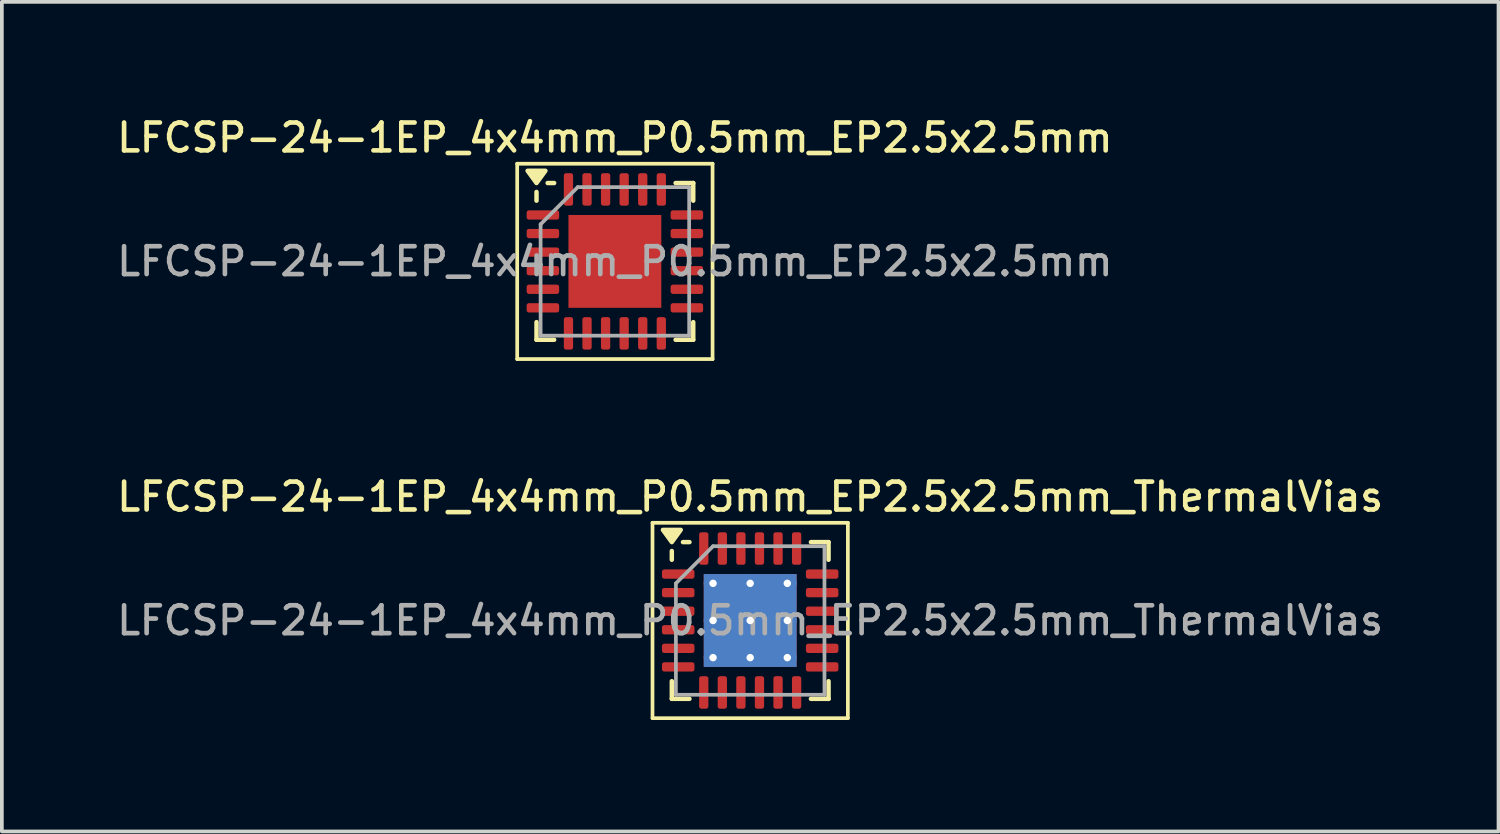
<source format=kicad_pcb>
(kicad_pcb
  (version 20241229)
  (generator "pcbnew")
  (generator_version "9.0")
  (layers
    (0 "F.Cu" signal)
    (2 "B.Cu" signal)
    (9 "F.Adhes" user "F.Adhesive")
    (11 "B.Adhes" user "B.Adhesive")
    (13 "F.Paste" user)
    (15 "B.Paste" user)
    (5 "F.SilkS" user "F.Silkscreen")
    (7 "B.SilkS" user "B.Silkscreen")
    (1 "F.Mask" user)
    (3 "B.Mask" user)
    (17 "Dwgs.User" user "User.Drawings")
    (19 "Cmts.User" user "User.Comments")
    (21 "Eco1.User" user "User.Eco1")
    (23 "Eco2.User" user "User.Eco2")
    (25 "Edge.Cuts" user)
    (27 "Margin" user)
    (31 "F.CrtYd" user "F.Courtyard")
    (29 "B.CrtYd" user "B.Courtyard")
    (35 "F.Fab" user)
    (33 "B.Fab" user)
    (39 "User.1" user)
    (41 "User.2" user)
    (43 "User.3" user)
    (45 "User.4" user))
  (footprint "LFCSP-24-1EP_4x4mm_P0.5mm_EP2.5x2.5mm"
    (layer "F.Cu")
    (at 13.505 3.988)
    (property "Reference" "LFCSP-24-1EP_4x4mm_P0.5mm_EP2.5x2.5mm" (at 0 -3.33 0) (layer "F.SilkS") (effects (font (size 0.75 0.75) (thickness 0.125))))
    (attr smd)
    (fp_line (start -2.63 -2.63) (end -2.63 2.63) (stroke (width 0.1) (type solid)) (layer "F.SilkS"))
    (fp_line (start -2.63 2.63) (end 2.63 2.63) (stroke (width 0.1) (type solid)) (layer "F.SilkS"))
    (fp_line (start -2.11 -1.635) (end -2.11 -1.87) (stroke (width 0.12) (type solid)) (layer "F.SilkS"))
    (fp_line (start -2.11 2.11) (end -2.11 1.635) (stroke (width 0.12) (type solid)) (layer "F.SilkS"))
    (fp_line (start -1.635 -2.11) (end -1.81 -2.11) (stroke (width 0.12) (type solid)) (layer "F.SilkS"))
    (fp_line (start -1.635 2.11) (end -2.11 2.11) (stroke (width 0.12) (type solid)) (layer "F.SilkS"))
    (fp_line (start 1.635 -2.11) (end 2.11 -2.11) (stroke (width 0.12) (type solid)) (layer "F.SilkS"))
    (fp_line (start 1.635 2.11) (end 2.11 2.11) (stroke (width 0.12) (type solid)) (layer "F.SilkS"))
    (fp_line (start 2.11 -2.11) (end 2.11 -1.635) (stroke (width 0.12) (type solid)) (layer "F.SilkS"))
    (fp_line (start 2.11 2.11) (end 2.11 1.635) (stroke (width 0.12) (type solid)) (layer "F.SilkS"))
    (fp_line (start 2.63 -2.63) (end -2.63 -2.63) (stroke (width 0.1) (type solid)) (layer "F.SilkS"))
    (fp_line (start 2.63 2.63) (end 2.63 -2.63) (stroke (width 0.1) (type solid)) (layer "F.SilkS"))
    (fp_poly (pts (xy -2.11 -2.11) (xy -2.35 -2.44) (xy -1.87 -2.44) (xy -2.11 -2.11)) (stroke (width 0.12) (type solid)) (fill yes) (layer "F.SilkS"))
    (fp_line (start -2 -1) (end -1 -2) (stroke (width 0.1) (type solid)) (layer "F.Fab"))
    (fp_line (start -2 2) (end -2 -1) (stroke (width 0.1) (type solid)) (layer "F.Fab"))
    (fp_line (start -1 -2) (end 2 -2) (stroke (width 0.1) (type solid)) (layer "F.Fab"))
    (fp_line (start 2 -2) (end 2 2) (stroke (width 0.1) (type solid)) (layer "F.Fab"))
    (fp_line (start 2 2) (end -2 2) (stroke (width 0.1) (type solid)) (layer "F.Fab"))
    (fp_text user "${REFERENCE}" (at 0 0 0) (layer "F.Fab") (effects (font (size 0.75 0.75) (thickness 0.125))))
    (pad "" smd roundrect (at -0.625 -0.625) (size 1.01 1.01) (layers "F.Paste") (roundrect_rratio 0.248))
    (pad "" smd roundrect (at -0.625 0.625) (size 1.01 1.01) (layers "F.Paste") (roundrect_rratio 0.248))
    (pad "" smd roundrect (at 0.625 -0.625) (size 1.01 1.01) (layers "F.Paste") (roundrect_rratio 0.248))
    (pad "" smd roundrect (at 0.625 0.625) (size 1.01 1.01) (layers "F.Paste") (roundrect_rratio 0.248))
    (pad "1" smd roundrect (at -1.938 -1.25) (size 0.875 0.25) (layers "F.Cu" "F.Mask" "F.Paste") (roundrect_rratio 0.25))
    (pad "2" smd roundrect (at -1.938 -0.75) (size 0.875 0.25) (layers "F.Cu" "F.Mask" "F.Paste") (roundrect_rratio 0.25))
    (pad "3" smd roundrect (at -1.938 -0.25) (size 0.875 0.25) (layers "F.Cu" "F.Mask" "F.Paste") (roundrect_rratio 0.25))
    (pad "4" smd roundrect (at -1.938 0.25) (size 0.875 0.25) (layers "F.Cu" "F.Mask" "F.Paste") (roundrect_rratio 0.25))
    (pad "5" smd roundrect (at -1.938 0.75) (size 0.875 0.25) (layers "F.Cu" "F.Mask" "F.Paste") (roundrect_rratio 0.25))
    (pad "6" smd roundrect (at -1.938 1.25) (size 0.875 0.25) (layers "F.Cu" "F.Mask" "F.Paste") (roundrect_rratio 0.25))
    (pad "7" smd roundrect (at -1.25 1.938) (size 0.25 0.875) (layers "F.Cu" "F.Mask" "F.Paste") (roundrect_rratio 0.25))
    (pad "8" smd roundrect (at -0.75 1.938) (size 0.25 0.875) (layers "F.Cu" "F.Mask" "F.Paste") (roundrect_rratio 0.25))
    (pad "9" smd roundrect (at -0.25 1.938) (size 0.25 0.875) (layers "F.Cu" "F.Mask" "F.Paste") (roundrect_rratio 0.25))
    (pad "10" smd roundrect (at 0.25 1.938) (size 0.25 0.875) (layers "F.Cu" "F.Mask" "F.Paste") (roundrect_rratio 0.25))
    (pad "11" smd roundrect (at 0.75 1.938) (size 0.25 0.875) (layers "F.Cu" "F.Mask" "F.Paste") (roundrect_rratio 0.25))
    (pad "12" smd roundrect (at 1.25 1.938) (size 0.25 0.875) (layers "F.Cu" "F.Mask" "F.Paste") (roundrect_rratio 0.25))
    (pad "13" smd roundrect (at 1.938 1.25) (size 0.875 0.25) (layers "F.Cu" "F.Mask" "F.Paste") (roundrect_rratio 0.25))
    (pad "14" smd roundrect (at 1.938 0.75) (size 0.875 0.25) (layers "F.Cu" "F.Mask" "F.Paste") (roundrect_rratio 0.25))
    (pad "15" smd roundrect (at 1.938 0.25) (size 0.875 0.25) (layers "F.Cu" "F.Mask" "F.Paste") (roundrect_rratio 0.25))
    (pad "16" smd roundrect (at 1.938 -0.25) (size 0.875 0.25) (layers "F.Cu" "F.Mask" "F.Paste") (roundrect_rratio 0.25))
    (pad "17" smd roundrect (at 1.938 -0.75) (size 0.875 0.25) (layers "F.Cu" "F.Mask" "F.Paste") (roundrect_rratio 0.25))
    (pad "18" smd roundrect (at 1.938 -1.25) (size 0.875 0.25) (layers "F.Cu" "F.Mask" "F.Paste") (roundrect_rratio 0.25))
    (pad "19" smd roundrect (at 1.25 -1.938) (size 0.25 0.875) (layers "F.Cu" "F.Mask" "F.Paste") (roundrect_rratio 0.25))
    (pad "20" smd roundrect (at 0.75 -1.938) (size 0.25 0.875) (layers "F.Cu" "F.Mask" "F.Paste") (roundrect_rratio 0.25))
    (pad "21" smd roundrect (at 0.25 -1.938) (size 0.25 0.875) (layers "F.Cu" "F.Mask" "F.Paste") (roundrect_rratio 0.25))
    (pad "22" smd roundrect (at -0.25 -1.938) (size 0.25 0.875) (layers "F.Cu" "F.Mask" "F.Paste") (roundrect_rratio 0.25))
    (pad "23" smd roundrect (at -0.75 -1.938) (size 0.25 0.875) (layers "F.Cu" "F.Mask" "F.Paste") (roundrect_rratio 0.25))
    (pad "24" smd roundrect (at -1.25 -1.938) (size 0.25 0.875) (layers "F.Cu" "F.Mask" "F.Paste") (roundrect_rratio 0.25))
    (pad "25" smd rect (at 0 0) (size 2.5 2.5) (property pad_prop_heatsink) (layers "F.Cu" "F.Mask")))
  (footprint "LFCSP-24-1EP_4x4mm_P0.5mm_EP2.5x2.5mm_ThermalVias"
    (layer "F.Cu")
    (at 17.148 13.656)
    (property "Reference" "LFCSP-24-1EP_4x4mm_P0.5mm_EP2.5x2.5mm_ThermalVias" (at 0 -3.33 0) (layer "F.SilkS") (effects (font (size 0.75 0.75) (thickness 0.125))))
    (attr smd)
    (fp_line (start -2.63 -2.63) (end -2.63 2.63) (stroke (width 0.1) (type solid)) (layer "F.SilkS"))
    (fp_line (start -2.63 2.63) (end 2.63 2.63) (stroke (width 0.1) (type solid)) (layer "F.SilkS"))
    (fp_line (start -2.11 -1.635) (end -2.11 -1.87) (stroke (width 0.12) (type solid)) (layer "F.SilkS"))
    (fp_line (start -2.11 2.11) (end -2.11 1.635) (stroke (width 0.12) (type solid)) (layer "F.SilkS"))
    (fp_line (start -1.635 -2.11) (end -1.81 -2.11) (stroke (width 0.12) (type solid)) (layer "F.SilkS"))
    (fp_line (start -1.635 2.11) (end -2.11 2.11) (stroke (width 0.12) (type solid)) (layer "F.SilkS"))
    (fp_line (start 1.635 -2.11) (end 2.11 -2.11) (stroke (width 0.12) (type solid)) (layer "F.SilkS"))
    (fp_line (start 1.635 2.11) (end 2.11 2.11) (stroke (width 0.12) (type solid)) (layer "F.SilkS"))
    (fp_line (start 2.11 -2.11) (end 2.11 -1.635) (stroke (width 0.12) (type solid)) (layer "F.SilkS"))
    (fp_line (start 2.11 2.11) (end 2.11 1.635) (stroke (width 0.12) (type solid)) (layer "F.SilkS"))
    (fp_line (start 2.63 -2.63) (end -2.63 -2.63) (stroke (width 0.1) (type solid)) (layer "F.SilkS"))
    (fp_line (start 2.63 2.63) (end 2.63 -2.63) (stroke (width 0.1) (type solid)) (layer "F.SilkS"))
    (fp_poly (pts (xy -2.11 -2.11) (xy -2.35 -2.44) (xy -1.87 -2.44) (xy -2.11 -2.11)) (stroke (width 0.12) (type solid)) (fill yes) (layer "F.SilkS"))
    (fp_line (start -2 -1) (end -1 -2) (stroke (width 0.1) (type solid)) (layer "F.Fab"))
    (fp_line (start -2 2) (end -2 -1) (stroke (width 0.1) (type solid)) (layer "F.Fab"))
    (fp_line (start -1 -2) (end 2 -2) (stroke (width 0.1) (type solid)) (layer "F.Fab"))
    (fp_line (start 2 -2) (end 2 2) (stroke (width 0.1) (type solid)) (layer "F.Fab"))
    (fp_line (start 2 2) (end -2 2) (stroke (width 0.1) (type solid)) (layer "F.Fab"))
    (fp_text user "${REFERENCE}" (at 0 0 0) (layer "F.Fab") (effects (font (size 0.75 0.75) (thickness 0.125))))
    (pad "" smd roundrect (at -0.625 -0.625) (size 1.08 1.08) (layers "F.Paste") (roundrect_rratio 0.231))
    (pad "" smd roundrect (at -0.625 0.625) (size 1.08 1.08) (layers "F.Paste") (roundrect_rratio 0.231))
    (pad "" smd roundrect (at 0.625 -0.625) (size 1.08 1.08) (layers "F.Paste") (roundrect_rratio 0.231))
    (pad "" smd roundrect (at 0.625 0.625) (size 1.08 1.08) (layers "F.Paste") (roundrect_rratio 0.231))
    (pad "1" smd roundrect (at -1.938 -1.25) (size 0.875 0.25) (layers "F.Cu" "F.Mask" "F.Paste") (roundrect_rratio 0.25))
    (pad "2" smd roundrect (at -1.938 -0.75) (size 0.875 0.25) (layers "F.Cu" "F.Mask" "F.Paste") (roundrect_rratio 0.25))
    (pad "3" smd roundrect (at -1.938 -0.25) (size 0.875 0.25) (layers "F.Cu" "F.Mask" "F.Paste") (roundrect_rratio 0.25))
    (pad "4" smd roundrect (at -1.938 0.25) (size 0.875 0.25) (layers "F.Cu" "F.Mask" "F.Paste") (roundrect_rratio 0.25))
    (pad "5" smd roundrect (at -1.938 0.75) (size 0.875 0.25) (layers "F.Cu" "F.Mask" "F.Paste") (roundrect_rratio 0.25))
    (pad "6" smd roundrect (at -1.938 1.25) (size 0.875 0.25) (layers "F.Cu" "F.Mask" "F.Paste") (roundrect_rratio 0.25))
    (pad "7" smd roundrect (at -1.25 1.938) (size 0.25 0.875) (layers "F.Cu" "F.Mask" "F.Paste") (roundrect_rratio 0.25))
    (pad "8" smd roundrect (at -0.75 1.938) (size 0.25 0.875) (layers "F.Cu" "F.Mask" "F.Paste") (roundrect_rratio 0.25))
    (pad "9" smd roundrect (at -0.25 1.938) (size 0.25 0.875) (layers "F.Cu" "F.Mask" "F.Paste") (roundrect_rratio 0.25))
    (pad "10" smd roundrect (at 0.25 1.938) (size 0.25 0.875) (layers "F.Cu" "F.Mask" "F.Paste") (roundrect_rratio 0.25))
    (pad "11" smd roundrect (at 0.75 1.938) (size 0.25 0.875) (layers "F.Cu" "F.Mask" "F.Paste") (roundrect_rratio 0.25))
    (pad "12" smd roundrect (at 1.25 1.938) (size 0.25 0.875) (layers "F.Cu" "F.Mask" "F.Paste") (roundrect_rratio 0.25))
    (pad "13" smd roundrect (at 1.938 1.25) (size 0.875 0.25) (layers "F.Cu" "F.Mask" "F.Paste") (roundrect_rratio 0.25))
    (pad "14" smd roundrect (at 1.938 0.75) (size 0.875 0.25) (layers "F.Cu" "F.Mask" "F.Paste") (roundrect_rratio 0.25))
    (pad "15" smd roundrect (at 1.938 0.25) (size 0.875 0.25) (layers "F.Cu" "F.Mask" "F.Paste") (roundrect_rratio 0.25))
    (pad "16" smd roundrect (at 1.938 -0.25) (size 0.875 0.25) (layers "F.Cu" "F.Mask" "F.Paste") (roundrect_rratio 0.25))
    (pad "17" smd roundrect (at 1.938 -0.75) (size 0.875 0.25) (layers "F.Cu" "F.Mask" "F.Paste") (roundrect_rratio 0.25))
    (pad "18" smd roundrect (at 1.938 -1.25) (size 0.875 0.25) (layers "F.Cu" "F.Mask" "F.Paste") (roundrect_rratio 0.25))
    (pad "19" smd roundrect (at 1.25 -1.938) (size 0.25 0.875) (layers "F.Cu" "F.Mask" "F.Paste") (roundrect_rratio 0.25))
    (pad "20" smd roundrect (at 0.75 -1.938) (size 0.25 0.875) (layers "F.Cu" "F.Mask" "F.Paste") (roundrect_rratio 0.25))
    (pad "21" smd roundrect (at 0.25 -1.938) (size 0.25 0.875) (layers "F.Cu" "F.Mask" "F.Paste") (roundrect_rratio 0.25))
    (pad "22" smd roundrect (at -0.25 -1.938) (size 0.25 0.875) (layers "F.Cu" "F.Mask" "F.Paste") (roundrect_rratio 0.25))
    (pad "23" smd roundrect (at -0.75 -1.938) (size 0.25 0.875) (layers "F.Cu" "F.Mask" "F.Paste") (roundrect_rratio 0.25))
    (pad "24" smd roundrect (at -1.25 -1.938) (size 0.25 0.875) (layers "F.Cu" "F.Mask" "F.Paste") (roundrect_rratio 0.25))
    (pad "25" thru_hole circle (at -1 -1) (size 0.5 0.5) (drill 0.2) (property pad_prop_heatsink) (layers "*.Cu"))
    (pad "25" thru_hole circle (at -1 0) (size 0.5 0.5) (drill 0.2) (property pad_prop_heatsink) (layers "*.Cu"))
    (pad "25" thru_hole circle (at -1 1) (size 0.5 0.5) (drill 0.2) (property pad_prop_heatsink) (layers "*.Cu"))
    (pad "25" thru_hole circle (at 0 -1) (size 0.5 0.5) (drill 0.2) (property pad_prop_heatsink) (layers "*.Cu"))
    (pad "25" thru_hole circle (at 0 0) (size 0.5 0.5) (drill 0.2) (property pad_prop_heatsink) (layers "*.Cu"))
    (pad "25" smd rect (at 0 0) (size 2.5 2.5) (property pad_prop_heatsink) (layers "F.Cu" "F.Mask"))
    (pad "25" smd rect (at 0 0) (size 2.5 2.5) (property pad_prop_heatsink) (layers "B.Cu"))
    (pad "25" thru_hole circle (at 0 1) (size 0.5 0.5) (drill 0.2) (property pad_prop_heatsink) (layers "*.Cu"))
    (pad "25" thru_hole circle (at 1 -1) (size 0.5 0.5) (drill 0.2) (property pad_prop_heatsink) (layers "*.Cu"))
    (pad "25" thru_hole circle (at 1 0) (size 0.5 0.5) (drill 0.2) (property pad_prop_heatsink) (layers "*.Cu"))
    (pad "25" thru_hole circle (at 1 1) (size 0.5 0.5) (drill 0.2) (property pad_prop_heatsink) (layers "*.Cu")))
  (gr_rect
    (start -3 -3)
    (end 37.296 19.336)
    (stroke (width 0.1) (type default))
    (fill no)
    (layer "Edge.Cuts")))
</source>
